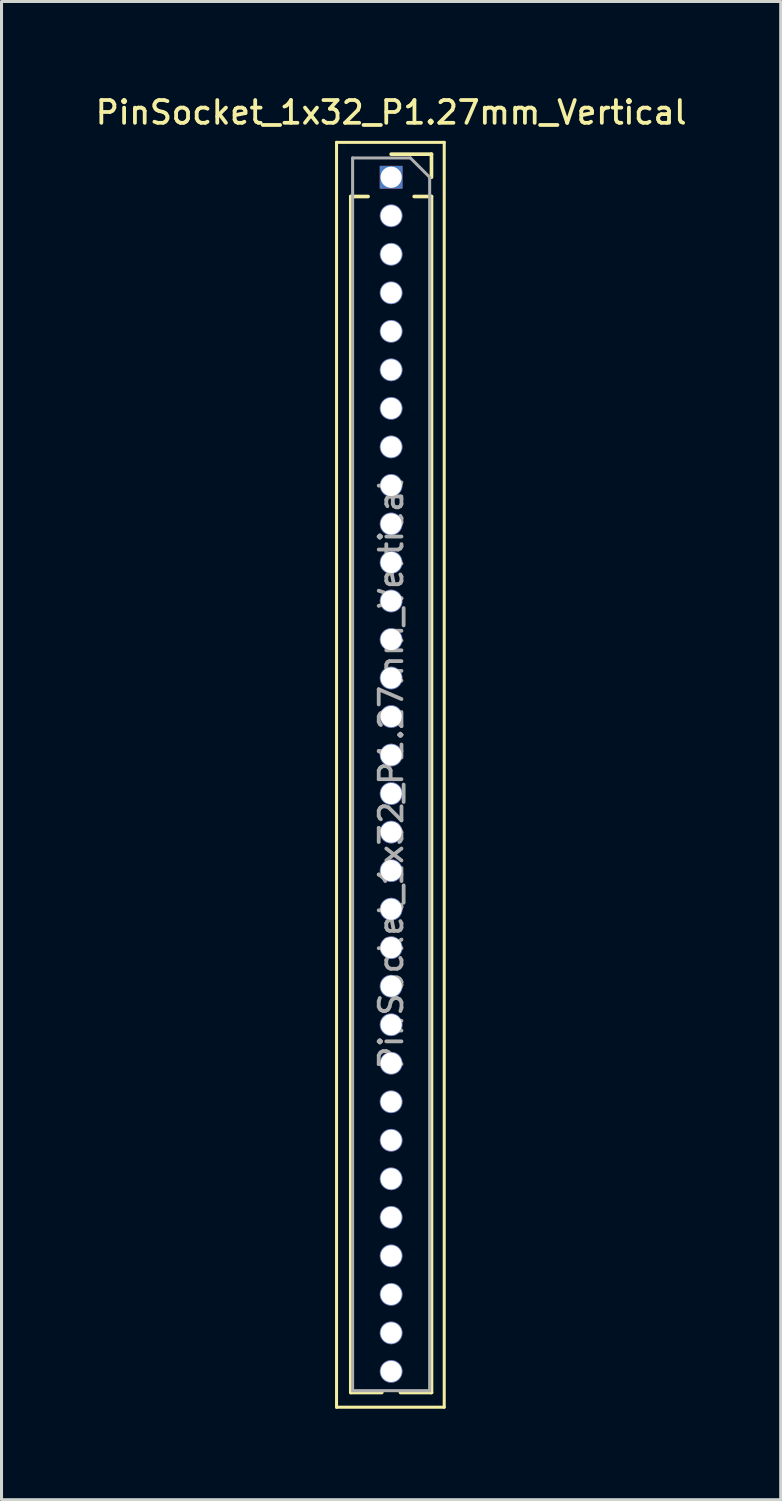
<source format=kicad_pcb>
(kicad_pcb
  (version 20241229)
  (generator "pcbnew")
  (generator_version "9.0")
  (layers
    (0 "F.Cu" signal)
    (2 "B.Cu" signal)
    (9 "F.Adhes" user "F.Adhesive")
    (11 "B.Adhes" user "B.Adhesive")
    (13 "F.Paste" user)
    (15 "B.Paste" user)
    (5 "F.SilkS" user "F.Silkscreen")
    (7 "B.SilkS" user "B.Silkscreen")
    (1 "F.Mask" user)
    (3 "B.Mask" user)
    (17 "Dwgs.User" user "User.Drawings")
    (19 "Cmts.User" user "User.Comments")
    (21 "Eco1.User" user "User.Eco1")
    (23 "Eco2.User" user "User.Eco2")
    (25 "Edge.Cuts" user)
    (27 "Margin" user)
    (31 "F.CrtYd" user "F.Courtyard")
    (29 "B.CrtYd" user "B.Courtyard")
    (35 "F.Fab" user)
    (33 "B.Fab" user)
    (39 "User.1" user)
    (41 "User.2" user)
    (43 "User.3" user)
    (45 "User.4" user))
  (footprint "PinSocket_1x32_P1.27mm_Vertical"
    (layer "F.Cu")
    (at 9.845 2.793)
    (property "Reference" "PinSocket_1x32_P1.27mm_Vertical" (at 0 -2.135 0) (layer "F.SilkS") (effects (font (size 0.75 0.75) (thickness 0.125))))
    (attr through_hole)
    (fp_line (start -1.8 -1.15) (end 1.75 -1.15) (stroke (width 0.1) (type solid)) (layer "F.SilkS"))
    (fp_line (start -1.8 40.55) (end -1.8 -1.15) (stroke (width 0.1) (type solid)) (layer "F.SilkS"))
    (fp_line (start -1.33 0.635) (end -1.33 40.065) (stroke (width 0.12) (type solid)) (layer "F.SilkS"))
    (fp_line (start -1.33 0.635) (end -0.76 0.635) (stroke (width 0.12) (type solid)) (layer "F.SilkS"))
    (fp_line (start -1.33 40.065) (end -0.308 40.065) (stroke (width 0.12) (type solid)) (layer "F.SilkS"))
    (fp_line (start 0 -0.76) (end 1.33 -0.76) (stroke (width 0.12) (type solid)) (layer "F.SilkS"))
    (fp_line (start 0.308 40.065) (end 1.33 40.065) (stroke (width 0.12) (type solid)) (layer "F.SilkS"))
    (fp_line (start 0.76 0.635) (end 1.33 0.635) (stroke (width 0.12) (type solid)) (layer "F.SilkS"))
    (fp_line (start 1.33 -0.76) (end 1.33 0) (stroke (width 0.12) (type solid)) (layer "F.SilkS"))
    (fp_line (start 1.33 0.635) (end 1.33 40.065) (stroke (width 0.12) (type solid)) (layer "F.SilkS"))
    (fp_line (start 1.75 -1.15) (end 1.75 40.55) (stroke (width 0.1) (type solid)) (layer "F.SilkS"))
    (fp_line (start 1.75 40.55) (end -1.8 40.55) (stroke (width 0.1) (type solid)) (layer "F.SilkS"))
    (fp_line (start -1.27 -0.635) (end 0.635 -0.635) (stroke (width 0.1) (type solid)) (layer "F.Fab"))
    (fp_line (start -1.27 40.005) (end -1.27 -0.635) (stroke (width 0.1) (type solid)) (layer "F.Fab"))
    (fp_line (start 0.635 -0.635) (end 1.27 0) (stroke (width 0.1) (type solid)) (layer "F.Fab"))
    (fp_line (start 1.27 0) (end 1.27 40.005) (stroke (width 0.1) (type solid)) (layer "F.Fab"))
    (fp_line (start 1.27 40.005) (end -1.27 40.005) (stroke (width 0.1) (type solid)) (layer "F.Fab"))
    (fp_text user "${REFERENCE}" (at 0 19.685 90) (layer "F.Fab") (effects (font (size 0.75 0.75) (thickness 0.125))))
    (pad "1" thru_hole rect (at 0 0) (size 0.75 0.75) (drill 0.7) (layers "*.Cu" "*.Mask"))
    (pad "2" thru_hole oval (at 0 1.27) (size 0.75 0.75) (drill 0.7) (layers "*.Cu" "*.Mask"))
    (pad "3" thru_hole oval (at 0 2.54) (size 0.75 0.75) (drill 0.7) (layers "*.Cu" "*.Mask"))
    (pad "4" thru_hole oval (at 0 3.81) (size 0.75 0.75) (drill 0.7) (layers "*.Cu" "*.Mask"))
    (pad "5" thru_hole oval (at 0 5.08) (size 0.75 0.75) (drill 0.7) (layers "*.Cu" "*.Mask"))
    (pad "6" thru_hole oval (at 0 6.35) (size 0.75 0.75) (drill 0.7) (layers "*.Cu" "*.Mask"))
    (pad "7" thru_hole oval (at 0 7.62) (size 0.75 0.75) (drill 0.7) (layers "*.Cu" "*.Mask"))
    (pad "8" thru_hole oval (at 0 8.89) (size 0.75 0.75) (drill 0.7) (layers "*.Cu" "*.Mask"))
    (pad "9" thru_hole oval (at 0 10.16) (size 0.75 0.75) (drill 0.7) (layers "*.Cu" "*.Mask"))
    (pad "10" thru_hole oval (at 0 11.43) (size 0.75 0.75) (drill 0.7) (layers "*.Cu" "*.Mask"))
    (pad "11" thru_hole oval (at 0 12.7) (size 0.75 0.75) (drill 0.7) (layers "*.Cu" "*.Mask"))
    (pad "12" thru_hole oval (at 0 13.97) (size 0.75 0.75) (drill 0.7) (layers "*.Cu" "*.Mask"))
    (pad "13" thru_hole oval (at 0 15.24) (size 0.75 0.75) (drill 0.7) (layers "*.Cu" "*.Mask"))
    (pad "14" thru_hole oval (at 0 16.51) (size 0.75 0.75) (drill 0.7) (layers "*.Cu" "*.Mask"))
    (pad "15" thru_hole oval (at 0 17.78) (size 0.75 0.75) (drill 0.7) (layers "*.Cu" "*.Mask"))
    (pad "16" thru_hole oval (at 0 19.05) (size 0.75 0.75) (drill 0.7) (layers "*.Cu" "*.Mask"))
    (pad "17" thru_hole oval (at 0 20.32) (size 0.75 0.75) (drill 0.7) (layers "*.Cu" "*.Mask"))
    (pad "18" thru_hole oval (at 0 21.59) (size 0.75 0.75) (drill 0.7) (layers "*.Cu" "*.Mask"))
    (pad "19" thru_hole oval (at 0 22.86) (size 0.75 0.75) (drill 0.7) (layers "*.Cu" "*.Mask"))
    (pad "20" thru_hole oval (at 0 24.13) (size 0.75 0.75) (drill 0.7) (layers "*.Cu" "*.Mask"))
    (pad "21" thru_hole oval (at 0 25.4) (size 0.75 0.75) (drill 0.7) (layers "*.Cu" "*.Mask"))
    (pad "22" thru_hole oval (at 0 26.67) (size 0.75 0.75) (drill 0.7) (layers "*.Cu" "*.Mask"))
    (pad "23" thru_hole oval (at 0 27.94) (size 0.75 0.75) (drill 0.7) (layers "*.Cu" "*.Mask"))
    (pad "24" thru_hole oval (at 0 29.21) (size 0.75 0.75) (drill 0.7) (layers "*.Cu" "*.Mask"))
    (pad "25" thru_hole oval (at 0 30.48) (size 0.75 0.75) (drill 0.7) (layers "*.Cu" "*.Mask"))
    (pad "26" thru_hole oval (at 0 31.75) (size 0.75 0.75) (drill 0.7) (layers "*.Cu" "*.Mask"))
    (pad "27" thru_hole oval (at 0 33.02) (size 0.75 0.75) (drill 0.7) (layers "*.Cu" "*.Mask"))
    (pad "28" thru_hole oval (at 0 34.29) (size 0.75 0.75) (drill 0.7) (layers "*.Cu" "*.Mask"))
    (pad "29" thru_hole oval (at 0 35.56) (size 0.75 0.75) (drill 0.7) (layers "*.Cu" "*.Mask"))
    (pad "30" thru_hole oval (at 0 36.83) (size 0.75 0.75) (drill 0.7) (layers "*.Cu" "*.Mask"))
    (pad "31" thru_hole oval (at 0 38.1) (size 0.75 0.75) (drill 0.7) (layers "*.Cu" "*.Mask"))
    (pad "32" thru_hole oval (at 0 39.37) (size 0.75 0.75) (drill 0.7) (layers "*.Cu" "*.Mask")))
  (gr_rect
    (start -3 -3)
    (end 22.689 46.393)
    (stroke (width 0.1) (type default))
    (fill no)
    (layer "Edge.Cuts")))
</source>
